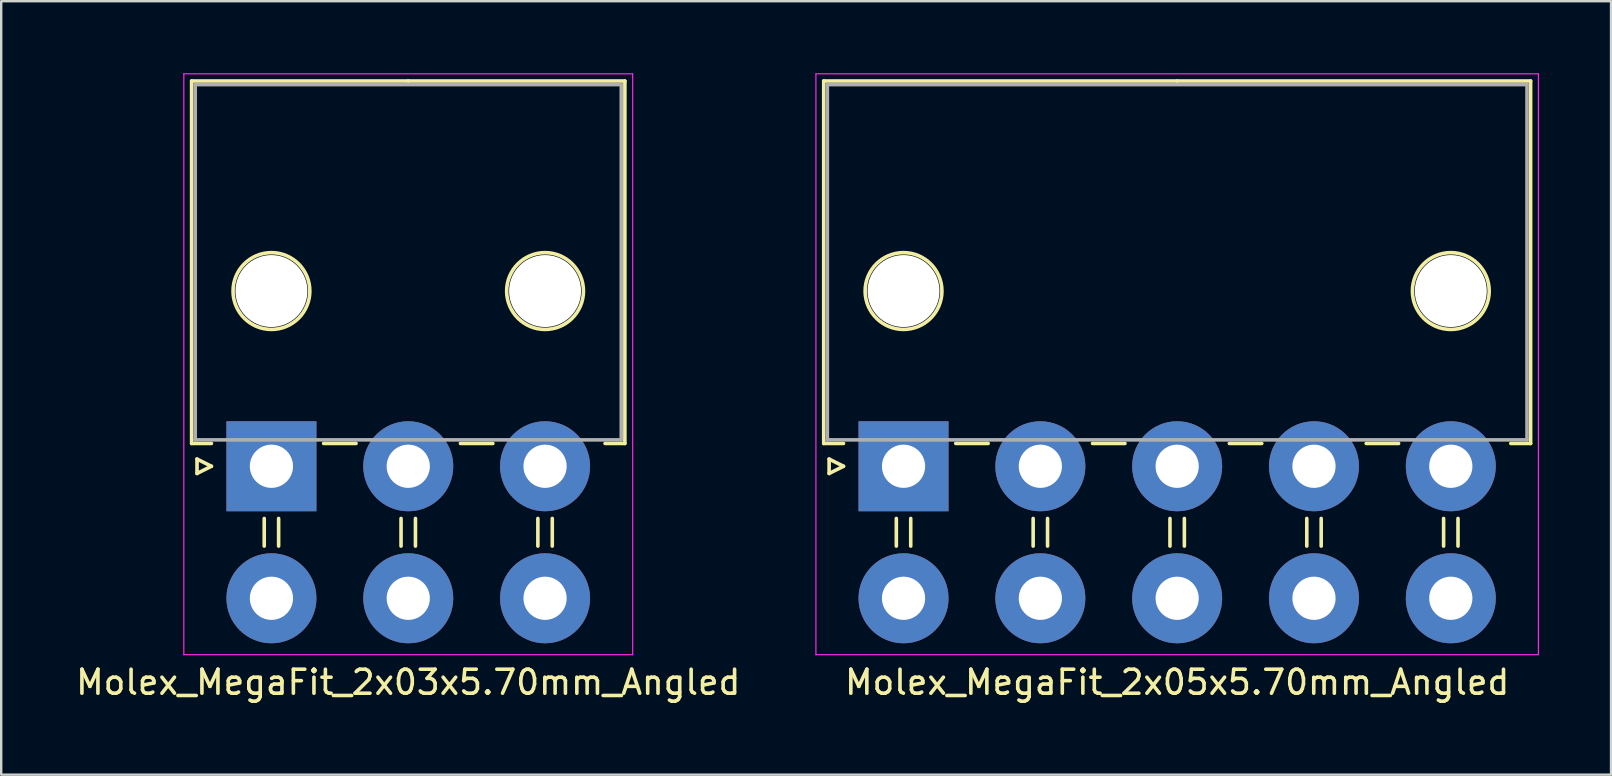
<source format=kicad_pcb>
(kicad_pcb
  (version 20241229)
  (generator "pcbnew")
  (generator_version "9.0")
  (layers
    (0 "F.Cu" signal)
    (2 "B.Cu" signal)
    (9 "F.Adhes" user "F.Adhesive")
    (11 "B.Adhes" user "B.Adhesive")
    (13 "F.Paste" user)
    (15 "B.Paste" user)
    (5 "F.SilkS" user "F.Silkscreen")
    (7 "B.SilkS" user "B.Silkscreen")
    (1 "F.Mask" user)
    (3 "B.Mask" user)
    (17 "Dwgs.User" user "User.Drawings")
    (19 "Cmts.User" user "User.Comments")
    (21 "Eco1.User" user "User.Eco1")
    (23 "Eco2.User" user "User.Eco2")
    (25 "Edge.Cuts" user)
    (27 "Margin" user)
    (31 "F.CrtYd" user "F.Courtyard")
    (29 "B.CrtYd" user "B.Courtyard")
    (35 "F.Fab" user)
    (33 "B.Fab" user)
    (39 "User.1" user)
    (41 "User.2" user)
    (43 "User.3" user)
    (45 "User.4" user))
  (footprint "Molex_MegaFit_2x03x5.70mm_Angled"
    (layer "F.Cu")
    (at 8.258 16.375)
    (property "Reference" "Molex_MegaFit_2x03x5.70mm_Angled" (at 5.7 9 0) (layer "F.SilkS") (effects (font (size 1 1) (thickness 0.15))))
    (attr through_hole)
    (fp_line (start -3.325 -16.05) (end -3.325 -0.95) (stroke (width 0.15) (type solid)) (layer "F.SilkS"))
    (fp_line (start -3.325 -0.95) (end -2.5 -0.95) (stroke (width 0.15) (type solid)) (layer "F.SilkS"))
    (fp_line (start -3.1 -0.3) (end -2.5 0) (stroke (width 0.15) (type solid)) (layer "F.SilkS"))
    (fp_line (start -3.1 0.3) (end -3.1 -0.3) (stroke (width 0.15) (type solid)) (layer "F.SilkS"))
    (fp_line (start -2.5 0) (end -3.1 0.3) (stroke (width 0.15) (type solid)) (layer "F.SilkS"))
    (fp_line (start -0.3 2.175) (end -0.3 3.325) (stroke (width 0.15) (type solid)) (layer "F.SilkS"))
    (fp_line (start 0.3 2.175) (end 0.3 3.325) (stroke (width 0.15) (type solid)) (layer "F.SilkS"))
    (fp_line (start 2.175 -0.95) (end 3.525 -0.95) (stroke (width 0.15) (type solid)) (layer "F.SilkS"))
    (fp_line (start 5.4 2.175) (end 5.4 3.325) (stroke (width 0.15) (type solid)) (layer "F.SilkS"))
    (fp_line (start 5.7 -16.05) (end -3.325 -16.05) (stroke (width 0.15) (type solid)) (layer "F.SilkS"))
    (fp_line (start 5.7 -16.05) (end 14.725 -16.05) (stroke (width 0.15) (type solid)) (layer "F.SilkS"))
    (fp_line (start 6 2.175) (end 6 3.325) (stroke (width 0.15) (type solid)) (layer "F.SilkS"))
    (fp_line (start 7.875 -0.95) (end 9.225 -0.95) (stroke (width 0.15) (type solid)) (layer "F.SilkS"))
    (fp_line (start 11.1 2.175) (end 11.1 3.325) (stroke (width 0.15) (type solid)) (layer "F.SilkS"))
    (fp_line (start 11.7 2.175) (end 11.7 3.325) (stroke (width 0.15) (type solid)) (layer "F.SilkS"))
    (fp_line (start 14.725 -16.05) (end 14.725 -0.95) (stroke (width 0.15) (type solid)) (layer "F.SilkS"))
    (fp_line (start 14.725 -0.95) (end 13.9 -0.95) (stroke (width 0.15) (type solid)) (layer "F.SilkS"))
    (fp_circle (center 0 -7.3) (end 1.6 -7.3) (stroke (width 0.15) (type solid)) (fill no) (layer "F.SilkS"))
    (fp_circle (center 11.4 -7.3) (end 13 -7.3) (stroke (width 0.15) (type solid)) (fill no) (layer "F.SilkS"))
    (fp_line (start -3.65 -16.35) (end -3.65 7.85) (stroke (width 0.05) (type solid)) (layer "F.CrtYd"))
    (fp_line (start -3.65 7.85) (end 15.05 7.85) (stroke (width 0.05) (type solid)) (layer "F.CrtYd"))
    (fp_line (start 15.05 -16.35) (end -3.65 -16.35) (stroke (width 0.05) (type solid)) (layer "F.CrtYd"))
    (fp_line (start 15.05 7.85) (end 15.05 -16.35) (stroke (width 0.05) (type solid)) (layer "F.CrtYd"))
    (fp_line (start -3.175 -15.9) (end -3.175 -1.1) (stroke (width 0.15) (type solid)) (layer "F.Fab"))
    (fp_line (start -3.175 -1.1) (end 14.575 -1.1) (stroke (width 0.15) (type solid)) (layer "F.Fab"))
    (fp_line (start 14.575 -15.9) (end -3.175 -15.9) (stroke (width 0.15) (type solid)) (layer "F.Fab"))
    (fp_line (start 14.575 -1.1) (end 14.575 -15.9) (stroke (width 0.15) (type solid)) (layer "F.Fab"))
    (pad "" np_thru_hole circle (at 0 -7.3) (size 3 3) (drill 3) (layers "*.Cu"))
    (pad "" np_thru_hole circle (at 11.4 -7.3) (size 3 3) (drill 3) (layers "*.Cu"))
    (pad "1" thru_hole rect (at 0 0) (size 3.75 3.75) (drill 1.8) (layers "*.Cu" "*.Mask"))
    (pad "2" thru_hole circle (at 5.7 0) (size 3.75 3.75) (drill 1.8) (layers "*.Cu" "*.Mask"))
    (pad "3" thru_hole circle (at 11.4 0) (size 3.75 3.75) (drill 1.8) (layers "*.Cu" "*.Mask"))
    (pad "4" thru_hole circle (at 0 5.5) (size 3.75 3.75) (drill 1.8) (layers "*.Cu" "*.Mask"))
    (pad "5" thru_hole circle (at 5.7 5.5) (size 3.75 3.75) (drill 1.8) (layers "*.Cu" "*.Mask"))
    (pad "6" thru_hole circle (at 11.4 5.5) (size 3.75 3.75) (drill 1.8) (layers "*.Cu" "*.Mask")))
  (footprint "Molex_MegaFit_2x05x5.70mm_Angled"
    (layer "F.Cu")
    (at 34.592 16.375)
    (property "Reference" "Molex_MegaFit_2x05x5.70mm_Angled" (at 11.4 9 0) (layer "F.SilkS") (effects (font (size 1 1) (thickness 0.15))))
    (attr through_hole)
    (fp_line (start -3.325 -16.05) (end -3.325 -0.95) (stroke (width 0.15) (type solid)) (layer "F.SilkS"))
    (fp_line (start -3.325 -0.95) (end -2.5 -0.95) (stroke (width 0.15) (type solid)) (layer "F.SilkS"))
    (fp_line (start -3.1 -0.3) (end -2.5 0) (stroke (width 0.15) (type solid)) (layer "F.SilkS"))
    (fp_line (start -3.1 0.3) (end -3.1 -0.3) (stroke (width 0.15) (type solid)) (layer "F.SilkS"))
    (fp_line (start -2.5 0) (end -3.1 0.3) (stroke (width 0.15) (type solid)) (layer "F.SilkS"))
    (fp_line (start -0.3 2.175) (end -0.3 3.325) (stroke (width 0.15) (type solid)) (layer "F.SilkS"))
    (fp_line (start 0.3 2.175) (end 0.3 3.325) (stroke (width 0.15) (type solid)) (layer "F.SilkS"))
    (fp_line (start 2.175 -0.95) (end 3.525 -0.95) (stroke (width 0.15) (type solid)) (layer "F.SilkS"))
    (fp_line (start 5.4 2.175) (end 5.4 3.325) (stroke (width 0.15) (type solid)) (layer "F.SilkS"))
    (fp_line (start 6 2.175) (end 6 3.325) (stroke (width 0.15) (type solid)) (layer "F.SilkS"))
    (fp_line (start 7.875 -0.95) (end 9.225 -0.95) (stroke (width 0.15) (type solid)) (layer "F.SilkS"))
    (fp_line (start 11.1 2.175) (end 11.1 3.325) (stroke (width 0.15) (type solid)) (layer "F.SilkS"))
    (fp_line (start 11.4 -16.05) (end -3.325 -16.05) (stroke (width 0.15) (type solid)) (layer "F.SilkS"))
    (fp_line (start 11.4 -16.05) (end 26.125 -16.05) (stroke (width 0.15) (type solid)) (layer "F.SilkS"))
    (fp_line (start 11.7 2.175) (end 11.7 3.325) (stroke (width 0.15) (type solid)) (layer "F.SilkS"))
    (fp_line (start 13.575 -0.95) (end 14.925 -0.95) (stroke (width 0.15) (type solid)) (layer "F.SilkS"))
    (fp_line (start 16.8 2.175) (end 16.8 3.325) (stroke (width 0.15) (type solid)) (layer "F.SilkS"))
    (fp_line (start 17.4 2.175) (end 17.4 3.325) (stroke (width 0.15) (type solid)) (layer "F.SilkS"))
    (fp_line (start 19.275 -0.95) (end 20.625 -0.95) (stroke (width 0.15) (type solid)) (layer "F.SilkS"))
    (fp_line (start 22.5 2.175) (end 22.5 3.325) (stroke (width 0.15) (type solid)) (layer "F.SilkS"))
    (fp_line (start 23.1 2.175) (end 23.1 3.325) (stroke (width 0.15) (type solid)) (layer "F.SilkS"))
    (fp_line (start 26.125 -16.05) (end 26.125 -0.95) (stroke (width 0.15) (type solid)) (layer "F.SilkS"))
    (fp_line (start 26.125 -0.95) (end 25.3 -0.95) (stroke (width 0.15) (type solid)) (layer "F.SilkS"))
    (fp_circle (center 0 -7.3) (end 1.6 -7.3) (stroke (width 0.15) (type solid)) (fill no) (layer "F.SilkS"))
    (fp_circle (center 22.8 -7.3) (end 24.4 -7.3) (stroke (width 0.15) (type solid)) (fill no) (layer "F.SilkS"))
    (fp_line (start -3.65 -16.35) (end -3.65 7.85) (stroke (width 0.05) (type solid)) (layer "F.CrtYd"))
    (fp_line (start -3.65 7.85) (end 26.45 7.85) (stroke (width 0.05) (type solid)) (layer "F.CrtYd"))
    (fp_line (start 26.45 -16.35) (end -3.65 -16.35) (stroke (width 0.05) (type solid)) (layer "F.CrtYd"))
    (fp_line (start 26.45 7.85) (end 26.45 -16.35) (stroke (width 0.05) (type solid)) (layer "F.CrtYd"))
    (fp_line (start -3.175 -15.9) (end -3.175 -1.1) (stroke (width 0.15) (type solid)) (layer "F.Fab"))
    (fp_line (start -3.175 -1.1) (end 25.975 -1.1) (stroke (width 0.15) (type solid)) (layer "F.Fab"))
    (fp_line (start 25.975 -15.9) (end -3.175 -15.9) (stroke (width 0.15) (type solid)) (layer "F.Fab"))
    (fp_line (start 25.975 -1.1) (end 25.975 -15.9) (stroke (width 0.15) (type solid)) (layer "F.Fab"))
    (pad "" np_thru_hole circle (at 0 -7.3) (size 3 3) (drill 3) (layers "*.Cu"))
    (pad "" np_thru_hole circle (at 22.8 -7.3) (size 3 3) (drill 3) (layers "*.Cu"))
    (pad "1" thru_hole rect (at 0 0) (size 3.75 3.75) (drill 1.8) (layers "*.Cu" "*.Mask"))
    (pad "2" thru_hole circle (at 5.7 0) (size 3.75 3.75) (drill 1.8) (layers "*.Cu" "*.Mask"))
    (pad "3" thru_hole circle (at 11.4 0) (size 3.75 3.75) (drill 1.8) (layers "*.Cu" "*.Mask"))
    (pad "4" thru_hole circle (at 17.1 0) (size 3.75 3.75) (drill 1.8) (layers "*.Cu" "*.Mask"))
    (pad "5" thru_hole circle (at 22.8 0) (size 3.75 3.75) (drill 1.8) (layers "*.Cu" "*.Mask"))
    (pad "6" thru_hole circle (at 0 5.5) (size 3.75 3.75) (drill 1.8) (layers "*.Cu" "*.Mask"))
    (pad "7" thru_hole circle (at 5.7 5.5) (size 3.75 3.75) (drill 1.8) (layers "*.Cu" "*.Mask"))
    (pad "8" thru_hole circle (at 11.4 5.5) (size 3.75 3.75) (drill 1.8) (layers "*.Cu" "*.Mask"))
    (pad "9" thru_hole circle (at 17.1 5.5) (size 3.75 3.75) (drill 1.8) (layers "*.Cu" "*.Mask"))
    (pad "10" thru_hole circle (at 22.8 5.5) (size 3.75 3.75) (drill 1.8) (layers "*.Cu" "*.Mask")))
  (gr_rect
    (start -3 -3)
    (end 64.067 29.223)
    (stroke (width 0.1) (type default))
    (fill no)
    (layer "Edge.Cuts")))
</source>
